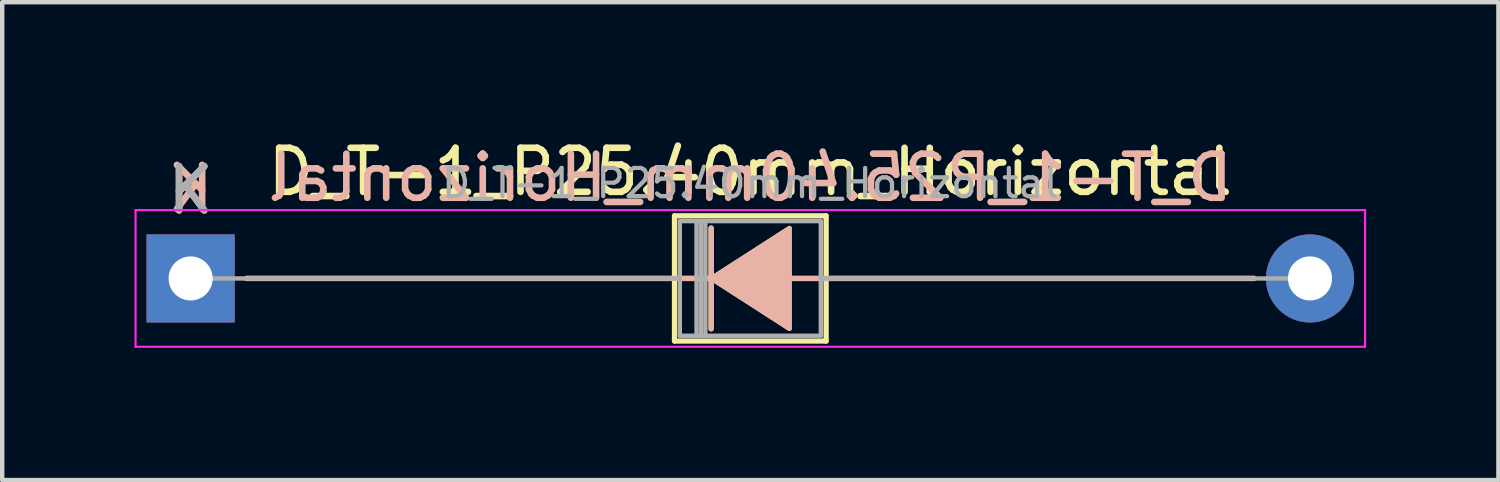
<source format=kicad_pcb>
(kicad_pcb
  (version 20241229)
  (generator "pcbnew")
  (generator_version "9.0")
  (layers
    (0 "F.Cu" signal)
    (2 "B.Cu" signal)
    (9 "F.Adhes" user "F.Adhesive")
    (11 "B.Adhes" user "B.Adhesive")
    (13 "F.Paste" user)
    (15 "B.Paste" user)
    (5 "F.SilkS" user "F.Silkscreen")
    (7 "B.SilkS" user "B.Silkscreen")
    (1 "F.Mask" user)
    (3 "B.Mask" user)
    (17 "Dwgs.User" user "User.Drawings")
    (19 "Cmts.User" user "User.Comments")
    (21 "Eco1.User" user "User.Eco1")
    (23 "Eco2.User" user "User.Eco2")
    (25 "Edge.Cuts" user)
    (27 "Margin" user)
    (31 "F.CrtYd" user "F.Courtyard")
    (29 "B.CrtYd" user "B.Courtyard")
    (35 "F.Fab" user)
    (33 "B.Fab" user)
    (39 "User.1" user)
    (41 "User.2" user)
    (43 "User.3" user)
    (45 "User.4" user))
  (footprint "D_T-1_P25.40mm_Horizontal"
    (layer "F.Cu")
    (at 1.275 3.268)
    (property "Reference" "D_T-1_P25.40mm_Horizontal" (at 12.7 -2.42 0) (layer "F.SilkS") (effects (font (size 1 1) (thickness 0.15))))
    (fp_line (start 1.27 0) (end 10.98 0) (stroke (width 0.12) (type solid)) (layer "F.SilkS"))
    (fp_line (start 10.98 -1.42) (end 10.98 1.42) (stroke (width 0.12) (type solid)) (layer "F.SilkS"))
    (fp_line (start 10.98 1.42) (end 14.42 1.42) (stroke (width 0.12) (type solid)) (layer "F.SilkS"))
    (fp_line (start 11.811 -1.143) (end 11.811 1.143) (stroke (width 0.12) (type solid)) (layer "F.SilkS"))
    (fp_line (start 11.938 0) (end 10.98 0) (stroke (width 0.12) (type solid)) (layer "F.SilkS"))
    (fp_line (start 13.589 0) (end 14.42 0) (stroke (width 0.12) (type solid)) (layer "F.SilkS"))
    (fp_line (start 14.42 -1.42) (end 10.98 -1.42) (stroke (width 0.12) (type solid)) (layer "F.SilkS"))
    (fp_line (start 14.42 1.42) (end 14.42 -1.42) (stroke (width 0.12) (type solid)) (layer "F.SilkS"))
    (fp_line (start 24.13 0) (end 14.42 0) (stroke (width 0.12) (type solid)) (layer "F.SilkS"))
    (fp_poly (pts (xy 13.589 1.143) (xy 11.811 0) (xy 13.589 -1.143)) (stroke (width 0.1) (type solid)) (fill yes) (layer "F.SilkS"))
    (fp_line (start 1.27 0) (end 10.98 0) (stroke (width 0.12) (type solid)) (layer "B.SilkS"))
    (fp_line (start 11.811 1.143) (end 11.811 -1.143) (stroke (width 0.12) (type solid)) (layer "B.SilkS"))
    (fp_line (start 11.938 0) (end 10.98 0) (stroke (width 0.12) (type solid)) (layer "B.SilkS"))
    (fp_line (start 13.589 0) (end 14.42 0) (stroke (width 0.12) (type solid)) (layer "B.SilkS"))
    (fp_line (start 24.13 0) (end 14.42 0) (stroke (width 0.12) (type solid)) (layer "B.SilkS"))
    (fp_poly (pts (xy 13.589 -1.143) (xy 11.811 0) (xy 13.589 1.143)) (stroke (width 0.1) (type solid)) (fill yes) (layer "B.SilkS"))
    (fp_line (start -1.25 -1.55) (end -1.25 1.55) (stroke (width 0.05) (type solid)) (layer "F.CrtYd"))
    (fp_line (start -1.25 1.55) (end 26.65 1.55) (stroke (width 0.05) (type solid)) (layer "F.CrtYd"))
    (fp_line (start 26.65 -1.55) (end -1.25 -1.55) (stroke (width 0.05) (type solid)) (layer "F.CrtYd"))
    (fp_line (start 26.65 1.55) (end 26.65 -1.55) (stroke (width 0.05) (type solid)) (layer "F.CrtYd"))
    (fp_line (start 0 0) (end 11.1 0) (stroke (width 0.1) (type solid)) (layer "F.Fab"))
    (fp_line (start 11.1 -1.3) (end 11.1 1.3) (stroke (width 0.1) (type solid)) (layer "F.Fab"))
    (fp_line (start 11.1 1.3) (end 14.3 1.3) (stroke (width 0.1) (type solid)) (layer "F.Fab"))
    (fp_line (start 11.48 -1.3) (end 11.48 1.3) (stroke (width 0.1) (type solid)) (layer "F.Fab"))
    (fp_line (start 11.58 -1.3) (end 11.58 1.3) (stroke (width 0.1) (type solid)) (layer "F.Fab"))
    (fp_line (start 11.68 -1.3) (end 11.68 1.3) (stroke (width 0.1) (type solid)) (layer "F.Fab"))
    (fp_line (start 14.3 -1.3) (end 11.1 -1.3) (stroke (width 0.1) (type solid)) (layer "F.Fab"))
    (fp_line (start 14.3 1.3) (end 14.3 -1.3) (stroke (width 0.1) (type solid)) (layer "F.Fab"))
    (fp_line (start 25.4 0) (end 14.3 0) (stroke (width 0.1) (type solid)) (layer "F.Fab"))
    (fp_text user "K" (at 0 -2 0) (layer "F.SilkS") (effects (font (size 1 1) (thickness 0.15))))
    (fp_text user "${REFERENCE}" (at 12.7 -2.286 0) (layer "B.SilkS") (effects (font (size 1 1) (thickness 0.15)) (justify mirror)))
    (fp_text user "K" (at 0 -2.032 0) (layer "B.SilkS") (effects (font (size 1 1) (thickness 0.15)) (justify mirror)))
    (fp_text user "${REFERENCE}" (at 12.7 -2.159 0) (layer "F.Fab") (effects (font (size 0.64 0.64) (thickness 0.096))))
    (fp_text user "K" (at 0 -2 0) (layer "F.Fab") (effects (font (size 1 1) (thickness 0.15))))
    (pad "1" thru_hole rect (at 0 0) (size 2 2) (drill 1) (layers "*.Cu" "*.Mask"))
    (pad "2" thru_hole oval (at 25.4 0) (size 2 2) (drill 1) (layers "*.Cu" "*.Mask")))
  (gr_rect
    (start -3 -3)
    (end 30.95 7.843)
    (stroke (width 0.1) (type default))
    (fill no)
    (layer "Edge.Cuts")))
</source>
